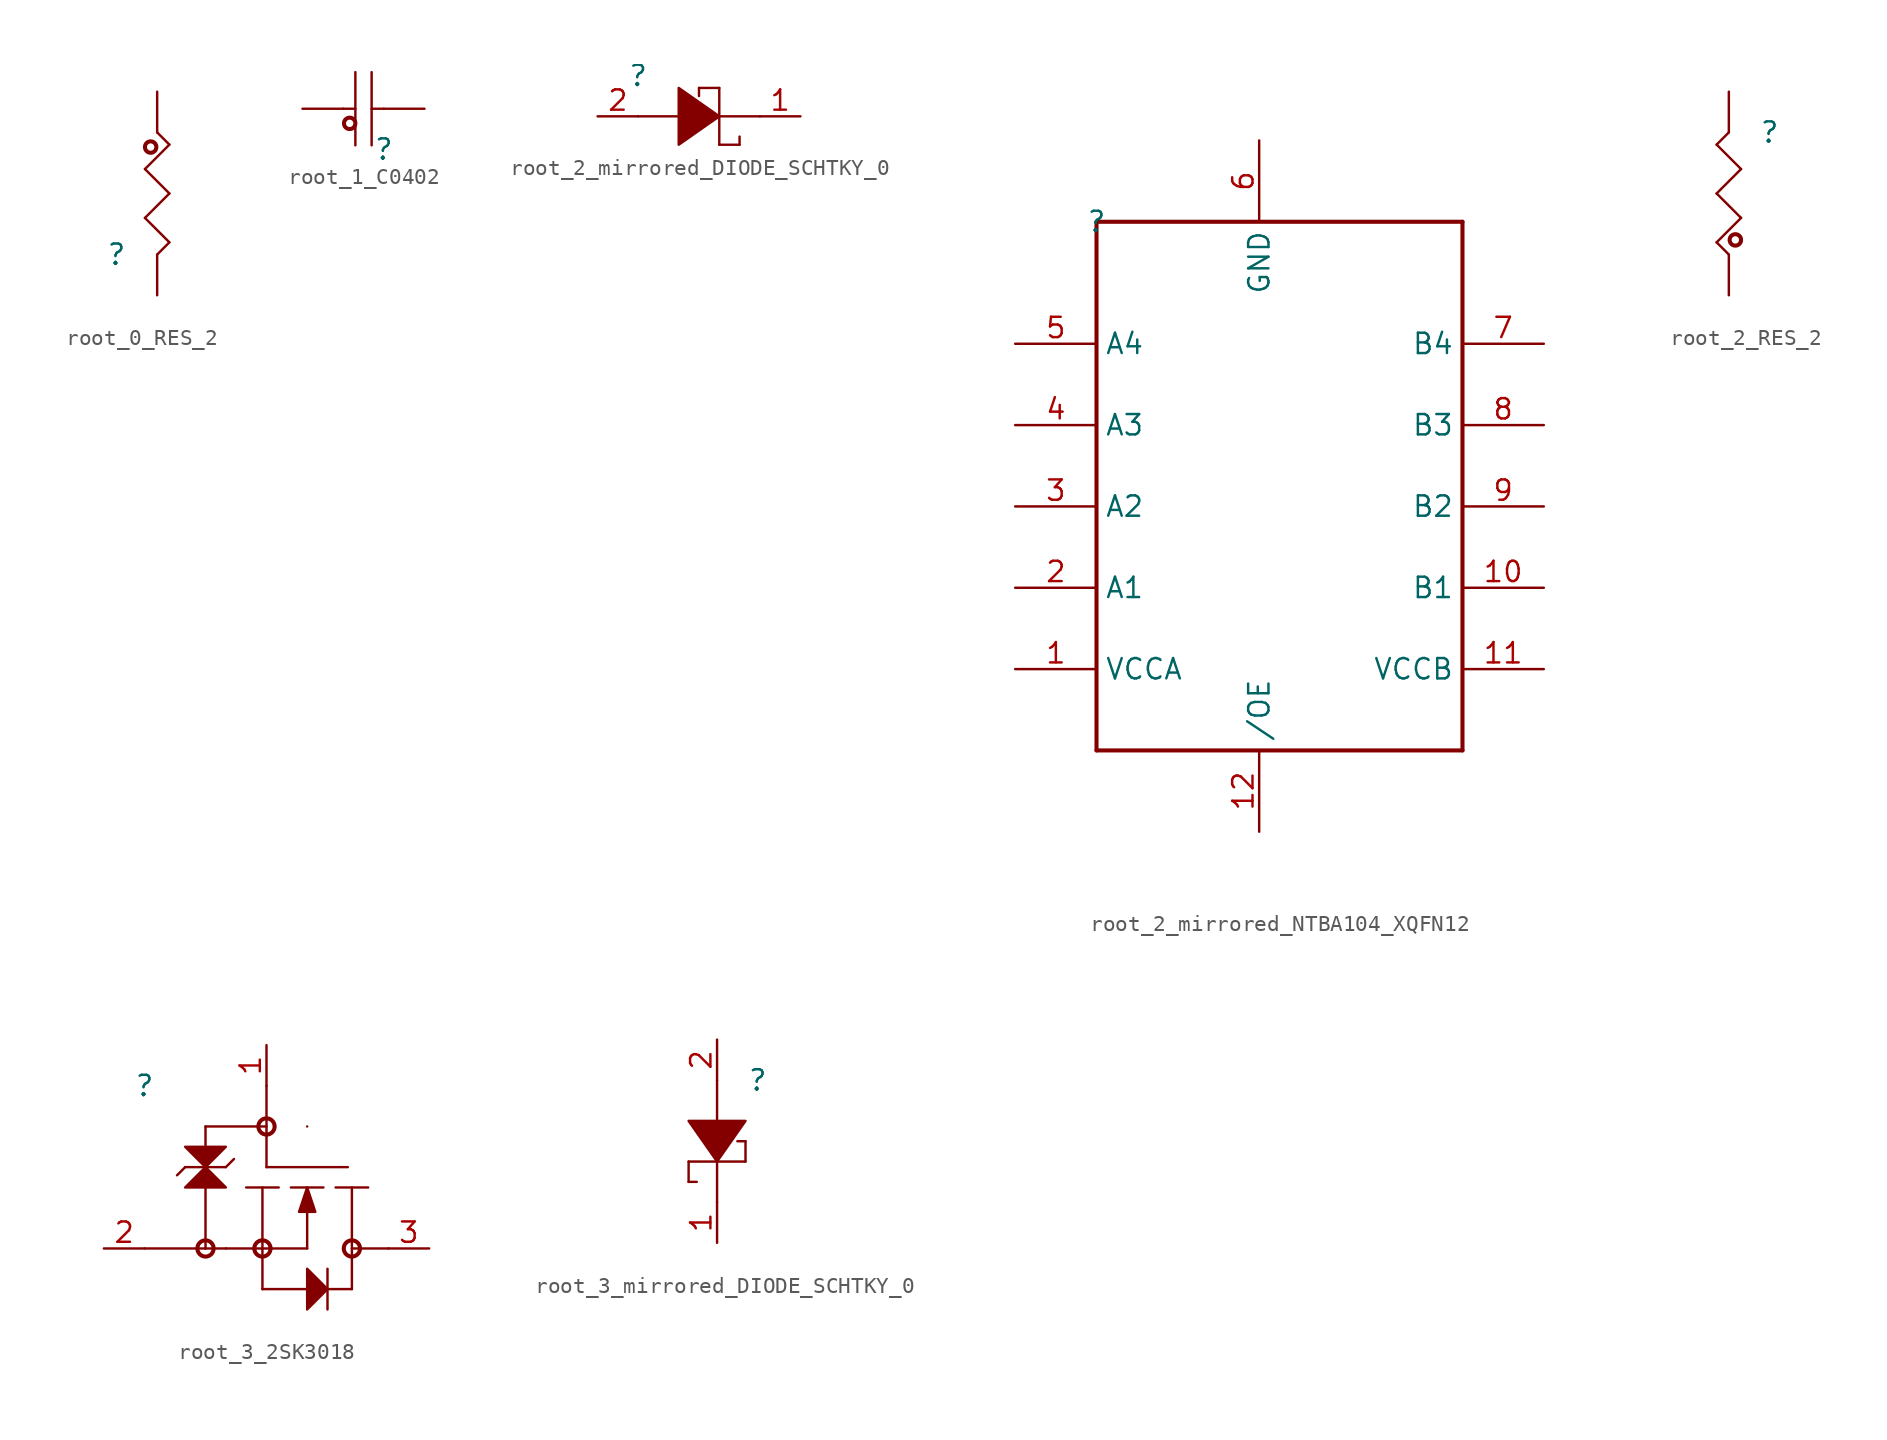
<source format=kicad_sym>
(kicad_symbol_lib
  (version 20220914)
  (generator kicad_symbol_editor)
  (symbol "root_0_RES_2"
    (property "Reference" ""
      (at 0 0 0)
      (effects (font (size 1.27 1.27))))
    (property "Value" ""
      (at 0 0 0)
      (effects (font (size 1.27 1.27))))
    (symbol "root_0_RES_2_1_0"
      (polyline (pts (xy 1.778 2.286) (xy 3.302 0.762)) (stroke (width 0) (type solid)) (fill (type none)))
      (polyline (pts (xy 1.778 5.334) (xy 3.302 3.81)) (stroke (width 0) (type solid)) (fill (type none)))
      (polyline (pts (xy 2.54 7.62) (xy 3.302 6.858)) (stroke (width 0) (type solid)) (fill (type none)))
      (polyline (pts (xy 3.302 0.762) (xy 2.54 0)) (stroke (width 0) (type solid)) (fill (type none)))
      (polyline (pts (xy 3.302 3.81) (xy 1.778 2.286)) (stroke (width 0) (type solid)) (fill (type none)))
      (polyline (pts (xy 3.302 6.858) (xy 1.778 5.334)) (stroke (width 0) (type solid)) (fill (type none)))
      (circle (center 2.134 6.706) (radius 0.356) (stroke (width 0.254) (type solid)) (fill (type none)))
      (pin passive line (at 2.54 10.16 270) (length 2.54) (name "1" (effects (font (size 0 0)))) (number "1" (effects (font (size 0 0)))))
      (pin passive line (at 2.54 -2.54 90) (length 2.54) (name "2" (effects (font (size 0 0)))) (number "2" (effects (font (size 0 0)))))))
  (symbol "root_1_C0402"
    (property "Reference" ""
      (at 0 0 0)
      (effects (font (size 1.27 1.27))))
    (property "Value" ""
      (at 0 0 0)
      (effects (font (size 1.27 1.27))))
    (symbol "root_1_C0402_1_0"
      (circle (center -2.134 1.626) (radius 0.356) (stroke (width 0.254) (type solid)) (fill (type none)))
      (polyline (pts (xy -2.54 2.54) (xy -1.778 2.54)) (stroke (width 0) (type solid)) (fill (type none)))
      (polyline (pts (xy -1.778 0.254) (xy -1.778 4.826)) (stroke (width 0) (type solid)) (fill (type none)))
      (polyline (pts (xy -0.762 0.254) (xy -0.762 4.826)) (stroke (width 0) (type solid)) (fill (type none)))
      (polyline (pts (xy 0 2.54) (xy -0.762 2.54)) (stroke (width 0) (type solid)) (fill (type none)))
      (pin passive line (at -5.08 2.54 0) (length 2.54) (name "1" (effects (font (size 0 0)))) (number "1" (effects (font (size 0 0)))))
      (pin passive line (at 2.54 2.54 180) (length 2.54) (name "2" (effects (font (size 0 0)))) (number "2" (effects (font (size 0 0)))))))
  (symbol "root_2_mirrored_DIODE_SCHTKY_0"
    (property "Reference" ""
      (at 0 0 0)
      (effects (font (size 1.27 1.27))))
    (property "Value" ""
      (at 0 0 0)
      (effects (font (size 1.27 1.27))))
    (symbol "root_2_mirrored_DIODE_SCHTKY_0_1_0"
      (polyline (pts (xy 0 -2.54) (xy 2.54 -2.54)) (stroke (width 0) (type solid)) (fill (type none)))
      (polyline (pts (xy 3.81 -0.762) (xy 3.81 -1.27)) (stroke (width 0) (type solid)) (fill (type none)))
      (polyline (pts (xy 5.08 -4.318) (xy 5.08 -0.762)) (stroke (width 0) (type solid)) (fill (type none)))
      (polyline (pts (xy 5.08 -4.318) (xy 6.35 -4.318)) (stroke (width 0) (type solid)) (fill (type none)))
      (polyline (pts (xy 5.08 -2.54) (xy 7.62 -2.54)) (stroke (width 0) (type solid)) (fill (type none)))
      (polyline (pts (xy 5.08 -0.762) (xy 3.81 -0.762)) (stroke (width 0) (type solid)) (fill (type none)))
      (polyline (pts (xy 6.35 -4.318) (xy 6.35 -3.81)) (stroke (width 0) (type solid)) (fill (type none)))
      (polyline (pts (xy 5.08 -2.54) (xy 5.08 -2.54) (xy 2.54 -0.762) (xy 2.54 -4.318) (xy 5.08 -2.54) (xy 5.08 -2.54)) (stroke (width 0) (type solid)) (fill (type outline)))
      (pin passive line (at 10.16 -2.54 180) (length 2.54) (name "C" (effects (font (size 0 0)))) (number "1" (effects (font (size 1.27 1.27)))))
      (pin passive line (at -2.54 -2.54 0) (length 2.54) (name "A" (effects (font (size 0 0)))) (number "2" (effects (font (size 1.27 1.27)))))))
  (symbol "root_2_mirrored_NTBA104_XQFN12"
    (property "Reference" ""
      (at 0 0 0)
      (effects (font (size 1.27 1.27))))
    (property "Value" ""
      (at 0 0 0)
      (effects (font (size 1.27 1.27))))
    (symbol "root_2_mirrored_NTBA104_XQFN12_1_0"
      (polyline (pts (xy 0 -33.02) (xy 22.86 -33.02)) (stroke (width 0.254) (type solid)) (fill (type none)))
      (polyline (pts (xy 0 0) (xy 0 -33.02)) (stroke (width 0.254) (type solid)) (fill (type none)))
      (polyline (pts (xy 22.86 -33.02) (xy 22.86 0)) (stroke (width 0.254) (type solid)) (fill (type none)))
      (polyline (pts (xy 22.86 0) (xy 0 0)) (stroke (width 0.254) (type solid)) (fill (type none)))
      (pin passive line (at -5.08 -27.94 0) (length 5.08) (name "VCCA" (effects (font (size 1.27 1.27)))) (number "1" (effects (font (size 1.27 1.27)))))
      (pin passive line (at 27.94 -22.86 180) (length 5.08) (name "B1" (effects (font (size 1.27 1.27)))) (number "10" (effects (font (size 1.27 1.27)))))
      (pin passive line (at 27.94 -27.94 180) (length 5.08) (name "VCCB" (effects (font (size 1.27 1.27)))) (number "11" (effects (font (size 1.27 1.27)))))
      (pin passive line (at 10.16 -38.1 90) (length 5.08) (name "/OE" (effects (font (size 1.27 1.27)))) (number "12" (effects (font (size 1.27 1.27)))))
      (pin passive line (at -5.08 -22.86 0) (length 5.08) (name "A1" (effects (font (size 1.27 1.27)))) (number "2" (effects (font (size 1.27 1.27)))))
      (pin passive line (at -5.08 -17.78 0) (length 5.08) (name "A2" (effects (font (size 1.27 1.27)))) (number "3" (effects (font (size 1.27 1.27)))))
      (pin passive line (at -5.08 -12.7 0) (length 5.08) (name "A3" (effects (font (size 1.27 1.27)))) (number "4" (effects (font (size 1.27 1.27)))))
      (pin passive line (at -5.08 -7.62 0) (length 5.08) (name "A4" (effects (font (size 1.27 1.27)))) (number "5" (effects (font (size 1.27 1.27)))))
      (pin passive line (at 10.16 5.08 270) (length 5.08) (name "GND" (effects (font (size 1.27 1.27)))) (number "6" (effects (font (size 1.27 1.27)))))
      (pin passive line (at 27.94 -7.62 180) (length 5.08) (name "B4" (effects (font (size 1.27 1.27)))) (number "7" (effects (font (size 1.27 1.27)))))
      (pin passive line (at 27.94 -12.7 180) (length 5.08) (name "B3" (effects (font (size 1.27 1.27)))) (number "8" (effects (font (size 1.27 1.27)))))
      (pin passive line (at 27.94 -17.78 180) (length 5.08) (name "B2" (effects (font (size 1.27 1.27)))) (number "9" (effects (font (size 1.27 1.27)))))))
  (symbol "root_2_RES_2"
    (property "Reference" ""
      (at 0 0 0)
      (effects (font (size 1.27 1.27))))
    (property "Value" ""
      (at 0 0 0)
      (effects (font (size 1.27 1.27))))
    (symbol "root_2_RES_2_1_0"
      (circle (center -2.134 -6.706) (radius 0.356) (stroke (width 0.254) (type solid)) (fill (type none)))
      (polyline (pts (xy -3.302 -6.858) (xy -1.778 -5.334)) (stroke (width 0) (type solid)) (fill (type none)))
      (polyline (pts (xy -3.302 -3.81) (xy -1.778 -2.286)) (stroke (width 0) (type solid)) (fill (type none)))
      (polyline (pts (xy -3.302 -0.762) (xy -2.54 0)) (stroke (width 0) (type solid)) (fill (type none)))
      (polyline (pts (xy -2.54 -7.62) (xy -3.302 -6.858)) (stroke (width 0) (type solid)) (fill (type none)))
      (polyline (pts (xy -1.778 -5.334) (xy -3.302 -3.81)) (stroke (width 0) (type solid)) (fill (type none)))
      (polyline (pts (xy -1.778 -2.286) (xy -3.302 -0.762)) (stroke (width 0) (type solid)) (fill (type none)))
      (pin passive line (at -2.54 -10.16 90) (length 2.54) (name "1" (effects (font (size 0 0)))) (number "1" (effects (font (size 0 0)))))
      (pin passive line (at -2.54 2.54 270) (length 2.54) (name "2" (effects (font (size 0 0)))) (number "2" (effects (font (size 0 0)))))))
  (symbol "root_3_2SK3018"
    (property "Reference" ""
      (at 0 0 0)
      (effects (font (size 1.27 1.27))))
    (property "Value" ""
      (at 0 0 0)
      (effects (font (size 1.27 1.27))))
    (symbol "root_3_2SK3018_1_0"
      (polyline (pts (xy 2.54 -5.08) (xy 2.032 -5.588)) (stroke (width 0) (type solid)) (fill (type none)))
      (polyline (pts (xy 2.54 -5.08) (xy 5.08 -5.08)) (stroke (width 0) (type solid)) (fill (type none)))
      (polyline (pts (xy 3.81 -10.16) (xy 0 -10.16)) (stroke (width 0) (type solid)) (fill (type none)))
      (polyline (pts (xy 3.81 -10.16) (xy 3.81 -2.54)) (stroke (width 0) (type solid)) (fill (type none)))
      (polyline (pts (xy 3.81 -2.54) (xy 7.62 -2.54)) (stroke (width 0) (type solid)) (fill (type none)))
      (polyline (pts (xy 5.08 -10.16) (xy 3.81 -10.16)) (stroke (width 0) (type solid)) (fill (type none)))
      (polyline (pts (xy 5.08 -5.08) (xy 5.588 -4.572)) (stroke (width 0) (type solid)) (fill (type none)))
      (polyline (pts (xy 6.35 -6.35) (xy 8.382 -6.35)) (stroke (width 0) (type solid)) (fill (type none)))
      (polyline (pts (xy 7.366 -12.7) (xy 10.16 -12.7)) (stroke (width 0) (type solid)) (fill (type none)))
      (polyline (pts (xy 7.366 -6.35) (xy 7.366 -12.7)) (stroke (width 0) (type solid)) (fill (type none)))
      (polyline (pts (xy 7.62 0) (xy 7.62 -5.08)) (stroke (width 0) (type solid)) (fill (type none)))
      (polyline (pts (xy 9.144 -6.35) (xy 11.176 -6.35)) (stroke (width 0) (type solid)) (fill (type none)))
      (polyline (pts (xy 10.16 -10.16) (xy 5.08 -10.16)) (stroke (width 0) (type solid)) (fill (type none)))
      (polyline (pts (xy 10.16 -7.62) (xy 10.16 -10.16)) (stroke (width 0) (type solid)) (fill (type none)))
      (polyline (pts (xy 10.16 -2.54) (xy 10.16 -2.54)) (stroke (width 0) (type solid)) (fill (type none)))
      (polyline (pts (xy 11.43 -12.7) (xy 12.954 -12.7)) (stroke (width 0) (type solid)) (fill (type none)))
      (polyline (pts (xy 11.43 -11.43) (xy 11.43 -13.97)) (stroke (width 0) (type solid)) (fill (type none)))
      (polyline (pts (xy 11.938 -6.35) (xy 13.97 -6.35)) (stroke (width 0) (type solid)) (fill (type none)))
      (polyline (pts (xy 12.7 -5.08) (xy 7.62 -5.08)) (stroke (width 0) (type solid)) (fill (type none)))
      (polyline (pts (xy 12.954 -12.7) (xy 12.954 -6.35)) (stroke (width 0) (type solid)) (fill (type none)))
      (polyline (pts (xy 15.24 -10.16) (xy 12.954 -10.16)) (stroke (width 0) (type solid)) (fill (type none)))
      (polyline (pts (xy 2.54 -6.35) (xy 5.08 -6.35) (xy 3.81 -5.08) (xy 2.54 -6.35) (xy 2.54 -6.35)) (stroke (width 0) (type solid)) (fill (type outline)))
      (polyline (pts (xy 2.54 -3.81) (xy 5.08 -3.81) (xy 3.81 -5.08) (xy 2.54 -3.81) (xy 2.54 -3.81)) (stroke (width 0) (type solid)) (fill (type outline)))
      (polyline (pts (xy 10.16 -11.43) (xy 10.16 -13.97) (xy 11.43 -12.7) (xy 10.16 -11.43) (xy 10.16 -11.43)) (stroke (width 0) (type solid)) (fill (type outline)))
      (polyline (pts (xy 10.16 -6.35) (xy 10.668 -7.874) (xy 9.652 -7.874) (xy 10.16 -6.35) (xy 10.16 -6.35)) (stroke (width 0) (type solid)) (fill (type outline)))
      (circle (center 3.81 -10.16) (radius 0.508) (stroke (width 0.254) (type solid)) (fill (type none)))
      (circle (center 7.366 -10.16) (radius 0.508) (stroke (width 0.254) (type solid)) (fill (type none)))
      (circle (center 7.62 -2.54) (radius 0.508) (stroke (width 0.254) (type solid)) (fill (type none)))
      (circle (center 12.954 -10.16) (radius 0.508) (stroke (width 0.254) (type solid)) (fill (type none)))
      (pin passive line (at 7.62 2.54 270) (length 2.54) (name "GATE" (effects (font (size 0 0)))) (number "1" (effects (font (size 1.27 1.27)))))
      (pin passive line (at -2.54 -10.16 0) (length 2.54) (name "D" (effects (font (size 0 0)))) (number "2" (effects (font (size 1.27 1.27)))))
      (pin passive line (at 17.78 -10.16 180) (length 2.54) (name "S" (effects (font (size 0 0)))) (number "3" (effects (font (size 1.27 1.27)))))))
  (symbol "root_3_mirrored_DIODE_SCHTKY_0"
    (property "Reference" ""
      (at 0 0 0)
      (effects (font (size 1.27 1.27))))
    (property "Value" ""
      (at 0 0 0)
      (effects (font (size 1.27 1.27))))
    (symbol "root_3_mirrored_DIODE_SCHTKY_0_1_0"
      (polyline (pts (xy -4.318 -6.35) (xy -3.81 -6.35)) (stroke (width 0) (type solid)) (fill (type none)))
      (polyline (pts (xy -4.318 -5.08) (xy -4.318 -6.35)) (stroke (width 0) (type solid)) (fill (type none)))
      (polyline (pts (xy -4.318 -5.08) (xy -0.762 -5.08)) (stroke (width 0) (type solid)) (fill (type none)))
      (polyline (pts (xy -2.54 -5.08) (xy -2.54 -7.62)) (stroke (width 0) (type solid)) (fill (type none)))
      (polyline (pts (xy -2.54 0) (xy -2.54 -2.54)) (stroke (width 0) (type solid)) (fill (type none)))
      (polyline (pts (xy -0.762 -5.08) (xy -0.762 -3.81)) (stroke (width 0) (type solid)) (fill (type none)))
      (polyline (pts (xy -0.762 -3.81) (xy -1.27 -3.81)) (stroke (width 0) (type solid)) (fill (type none)))
      (polyline (pts (xy -2.54 -5.08) (xy -2.54 -5.08) (xy -0.762 -2.54) (xy -4.318 -2.54) (xy -2.54 -5.08) (xy -2.54 -5.08)) (stroke (width 0) (type solid)) (fill (type outline)))
      (pin passive line (at -2.54 -10.16 90) (length 2.54) (name "C" (effects (font (size 0 0)))) (number "1" (effects (font (size 1.27 1.27)))))
      (pin passive line (at -2.54 2.54 270) (length 2.54) (name "A" (effects (font (size 0 0)))) (number "2" (effects (font (size 1.27 1.27))))))))
</source>
